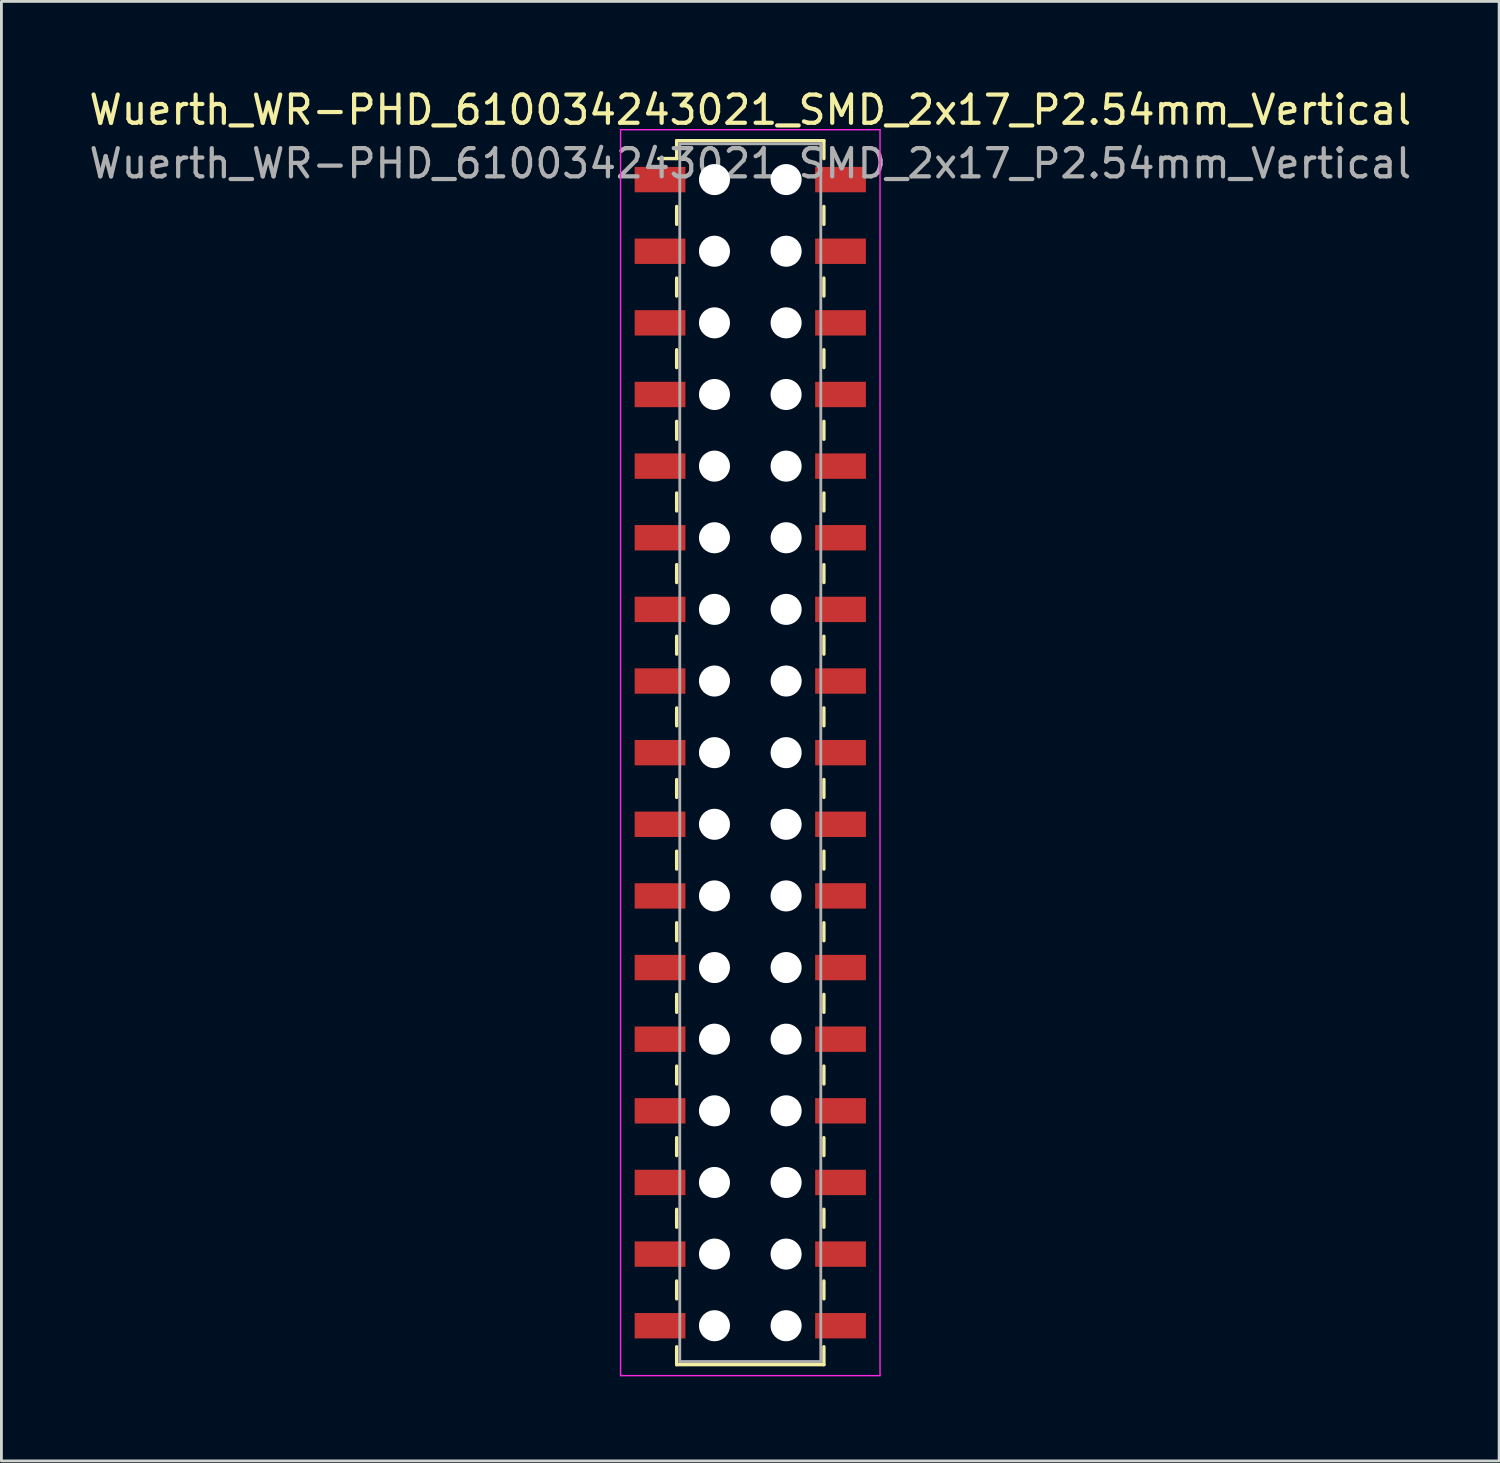
<source format=kicad_pcb>
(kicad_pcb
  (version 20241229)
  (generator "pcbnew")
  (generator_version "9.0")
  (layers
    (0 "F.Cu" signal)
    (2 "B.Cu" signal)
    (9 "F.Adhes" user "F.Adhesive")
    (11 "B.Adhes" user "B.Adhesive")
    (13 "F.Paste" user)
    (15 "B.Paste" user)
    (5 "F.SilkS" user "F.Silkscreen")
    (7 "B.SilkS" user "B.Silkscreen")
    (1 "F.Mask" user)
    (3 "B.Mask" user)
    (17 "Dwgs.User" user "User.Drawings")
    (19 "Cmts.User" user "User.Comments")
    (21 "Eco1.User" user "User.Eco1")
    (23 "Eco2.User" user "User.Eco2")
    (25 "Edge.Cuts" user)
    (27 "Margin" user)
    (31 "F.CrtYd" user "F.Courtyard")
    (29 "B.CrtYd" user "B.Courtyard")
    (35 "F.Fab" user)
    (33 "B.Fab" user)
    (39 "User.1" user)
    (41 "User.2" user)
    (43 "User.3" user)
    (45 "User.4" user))
  (footprint "Wuerth_WR-PHD_610034243021_SMD_2x17_P2.54mm_Vertical"
    (layer "F.Cu")
    (at 23.554 23.638)
    (property "Reference" "Wuerth_WR-PHD_610034243021_SMD_2x17_P2.54mm_Vertical" (at 0 -22.79 0) (layer "F.SilkS") (effects (font (size 1 1) (thickness 0.15))))
    (attr smd)
    (fp_line (start -2.61 -21.7) (end -2.61 -21.065) (stroke (width 0.12) (type solid)) (layer "F.SilkS"))
    (fp_line (start -2.61 -21.7) (end 2.61 -21.7) (stroke (width 0.12) (type solid)) (layer "F.SilkS"))
    (fp_line (start -2.61 -21.065) (end -3.245 -21.065) (stroke (width 0.12) (type solid)) (layer "F.SilkS"))
    (fp_line (start -2.61 -19.367) (end -2.61 -18.733) (stroke (width 0.12) (type solid)) (layer "F.SilkS"))
    (fp_line (start -2.61 -16.828) (end -2.61 -16.192) (stroke (width 0.12) (type solid)) (layer "F.SilkS"))
    (fp_line (start -2.61 -14.287) (end -2.61 -13.652) (stroke (width 0.12) (type solid)) (layer "F.SilkS"))
    (fp_line (start -2.61 -11.748) (end -2.61 -11.113) (stroke (width 0.12) (type solid)) (layer "F.SilkS"))
    (fp_line (start -2.61 -9.207) (end -2.61 -8.572) (stroke (width 0.12) (type solid)) (layer "F.SilkS"))
    (fp_line (start -2.61 -6.668) (end -2.61 -6.032) (stroke (width 0.12) (type solid)) (layer "F.SilkS"))
    (fp_line (start -2.61 -4.128) (end -2.61 -3.493) (stroke (width 0.12) (type solid)) (layer "F.SilkS"))
    (fp_line (start -2.61 -1.587) (end -2.61 -0.953) (stroke (width 0.12) (type solid)) (layer "F.SilkS"))
    (fp_line (start -2.61 0.953) (end -2.61 1.587) (stroke (width 0.12) (type solid)) (layer "F.SilkS"))
    (fp_line (start -2.61 3.493) (end -2.61 4.128) (stroke (width 0.12) (type solid)) (layer "F.SilkS"))
    (fp_line (start -2.61 6.032) (end -2.61 6.668) (stroke (width 0.12) (type solid)) (layer "F.SilkS"))
    (fp_line (start -2.61 8.572) (end -2.61 9.207) (stroke (width 0.12) (type solid)) (layer "F.SilkS"))
    (fp_line (start -2.61 11.113) (end -2.61 11.748) (stroke (width 0.12) (type solid)) (layer "F.SilkS"))
    (fp_line (start -2.61 13.652) (end -2.61 14.287) (stroke (width 0.12) (type solid)) (layer "F.SilkS"))
    (fp_line (start -2.61 16.192) (end -2.61 16.828) (stroke (width 0.12) (type solid)) (layer "F.SilkS"))
    (fp_line (start -2.61 18.733) (end -2.61 19.367) (stroke (width 0.12) (type solid)) (layer "F.SilkS"))
    (fp_line (start -2.61 21.7) (end -2.61 21.065) (stroke (width 0.12) (type solid)) (layer "F.SilkS"))
    (fp_line (start -2.61 21.7) (end 2.61 21.7) (stroke (width 0.12) (type solid)) (layer "F.SilkS"))
    (fp_line (start 2.61 -21.7) (end 2.61 -21.065) (stroke (width 0.12) (type solid)) (layer "F.SilkS"))
    (fp_line (start 2.61 -19.367) (end 2.61 -18.733) (stroke (width 0.12) (type solid)) (layer "F.SilkS"))
    (fp_line (start 2.61 -16.828) (end 2.61 -16.192) (stroke (width 0.12) (type solid)) (layer "F.SilkS"))
    (fp_line (start 2.61 -14.287) (end 2.61 -13.652) (stroke (width 0.12) (type solid)) (layer "F.SilkS"))
    (fp_line (start 2.61 -11.748) (end 2.61 -11.113) (stroke (width 0.12) (type solid)) (layer "F.SilkS"))
    (fp_line (start 2.61 -9.207) (end 2.61 -8.572) (stroke (width 0.12) (type solid)) (layer "F.SilkS"))
    (fp_line (start 2.61 -6.668) (end 2.61 -6.032) (stroke (width 0.12) (type solid)) (layer "F.SilkS"))
    (fp_line (start 2.61 -4.128) (end 2.61 -3.493) (stroke (width 0.12) (type solid)) (layer "F.SilkS"))
    (fp_line (start 2.61 -1.587) (end 2.61 -0.953) (stroke (width 0.12) (type solid)) (layer "F.SilkS"))
    (fp_line (start 2.61 0.953) (end 2.61 1.587) (stroke (width 0.12) (type solid)) (layer "F.SilkS"))
    (fp_line (start 2.61 3.493) (end 2.61 4.128) (stroke (width 0.12) (type solid)) (layer "F.SilkS"))
    (fp_line (start 2.61 6.032) (end 2.61 6.668) (stroke (width 0.12) (type solid)) (layer "F.SilkS"))
    (fp_line (start 2.61 8.572) (end 2.61 9.207) (stroke (width 0.12) (type solid)) (layer "F.SilkS"))
    (fp_line (start 2.61 11.113) (end 2.61 11.748) (stroke (width 0.12) (type solid)) (layer "F.SilkS"))
    (fp_line (start 2.61 13.652) (end 2.61 14.287) (stroke (width 0.12) (type solid)) (layer "F.SilkS"))
    (fp_line (start 2.61 16.192) (end 2.61 16.828) (stroke (width 0.12) (type solid)) (layer "F.SilkS"))
    (fp_line (start 2.61 18.733) (end 2.61 19.367) (stroke (width 0.12) (type solid)) (layer "F.SilkS"))
    (fp_line (start 2.61 21.7) (end 2.61 21.065) (stroke (width 0.12) (type solid)) (layer "F.SilkS"))
    (fp_line (start -4.6 -22.09) (end -4.6 22.09) (stroke (width 0.05) (type solid)) (layer "F.CrtYd"))
    (fp_line (start -4.6 22.09) (end 4.6 22.09) (stroke (width 0.05) (type solid)) (layer "F.CrtYd"))
    (fp_line (start 4.6 -22.09) (end -4.6 -22.09) (stroke (width 0.05) (type solid)) (layer "F.CrtYd"))
    (fp_line (start 4.6 22.09) (end 4.6 -22.09) (stroke (width 0.05) (type solid)) (layer "F.CrtYd"))
    (fp_line (start -2.5 -21.59) (end -2.5 21.59) (stroke (width 0.1) (type solid)) (layer "F.Fab"))
    (fp_line (start -2.5 21.59) (end 2.5 21.59) (stroke (width 0.1) (type solid)) (layer "F.Fab"))
    (fp_line (start 2.5 -21.59) (end -2.5 -21.59) (stroke (width 0.1) (type solid)) (layer "F.Fab"))
    (fp_line (start 2.5 21.59) (end 2.5 -21.59) (stroke (width 0.1) (type solid)) (layer "F.Fab"))
    (fp_text user "${REFERENCE}" (at 0 -20.89 0) (layer "F.Fab") (effects (font (size 1 1) (thickness 0.15))))
    (pad "" np_thru_hole circle (at -1.27 -20.32) (size 1.1 1.1) (drill 1.1) (layers "*.Cu" "*.Mask"))
    (pad "" np_thru_hole circle (at -1.27 -17.78) (size 1.1 1.1) (drill 1.1) (layers "*.Cu" "*.Mask"))
    (pad "" np_thru_hole circle (at -1.27 -15.24) (size 1.1 1.1) (drill 1.1) (layers "*.Cu" "*.Mask"))
    (pad "" np_thru_hole circle (at -1.27 -12.7) (size 1.1 1.1) (drill 1.1) (layers "*.Cu" "*.Mask"))
    (pad "" np_thru_hole circle (at -1.27 -10.16) (size 1.1 1.1) (drill 1.1) (layers "*.Cu" "*.Mask"))
    (pad "" np_thru_hole circle (at -1.27 -7.62) (size 1.1 1.1) (drill 1.1) (layers "*.Cu" "*.Mask"))
    (pad "" np_thru_hole circle (at -1.27 -5.08) (size 1.1 1.1) (drill 1.1) (layers "*.Cu" "*.Mask"))
    (pad "" np_thru_hole circle (at -1.27 -2.54) (size 1.1 1.1) (drill 1.1) (layers "*.Cu" "*.Mask"))
    (pad "" np_thru_hole circle (at -1.27 0) (size 1.1 1.1) (drill 1.1) (layers "*.Cu" "*.Mask"))
    (pad "" np_thru_hole circle (at -1.27 2.54) (size 1.1 1.1) (drill 1.1) (layers "*.Cu" "*.Mask"))
    (pad "" np_thru_hole circle (at -1.27 5.08) (size 1.1 1.1) (drill 1.1) (layers "*.Cu" "*.Mask"))
    (pad "" np_thru_hole circle (at -1.27 7.62) (size 1.1 1.1) (drill 1.1) (layers "*.Cu" "*.Mask"))
    (pad "" np_thru_hole circle (at -1.27 10.16) (size 1.1 1.1) (drill 1.1) (layers "*.Cu" "*.Mask"))
    (pad "" np_thru_hole circle (at -1.27 12.7) (size 1.1 1.1) (drill 1.1) (layers "*.Cu" "*.Mask"))
    (pad "" np_thru_hole circle (at -1.27 15.24) (size 1.1 1.1) (drill 1.1) (layers "*.Cu" "*.Mask"))
    (pad "" np_thru_hole circle (at -1.27 17.78) (size 1.1 1.1) (drill 1.1) (layers "*.Cu" "*.Mask"))
    (pad "" np_thru_hole circle (at -1.27 20.32) (size 1.1 1.1) (drill 1.1) (layers "*.Cu" "*.Mask"))
    (pad "" np_thru_hole circle (at 1.27 -20.32) (size 1.1 1.1) (drill 1.1) (layers "*.Cu" "*.Mask"))
    (pad "" np_thru_hole circle (at 1.27 -17.78) (size 1.1 1.1) (drill 1.1) (layers "*.Cu" "*.Mask"))
    (pad "" np_thru_hole circle (at 1.27 -15.24) (size 1.1 1.1) (drill 1.1) (layers "*.Cu" "*.Mask"))
    (pad "" np_thru_hole circle (at 1.27 -12.7) (size 1.1 1.1) (drill 1.1) (layers "*.Cu" "*.Mask"))
    (pad "" np_thru_hole circle (at 1.27 -10.16) (size 1.1 1.1) (drill 1.1) (layers "*.Cu" "*.Mask"))
    (pad "" np_thru_hole circle (at 1.27 -7.62) (size 1.1 1.1) (drill 1.1) (layers "*.Cu" "*.Mask"))
    (pad "" np_thru_hole circle (at 1.27 -5.08) (size 1.1 1.1) (drill 1.1) (layers "*.Cu" "*.Mask"))
    (pad "" np_thru_hole circle (at 1.27 -2.54) (size 1.1 1.1) (drill 1.1) (layers "*.Cu" "*.Mask"))
    (pad "" np_thru_hole circle (at 1.27 0) (size 1.1 1.1) (drill 1.1) (layers "*.Cu" "*.Mask"))
    (pad "" np_thru_hole circle (at 1.27 2.54) (size 1.1 1.1) (drill 1.1) (layers "*.Cu" "*.Mask"))
    (pad "" np_thru_hole circle (at 1.27 5.08) (size 1.1 1.1) (drill 1.1) (layers "*.Cu" "*.Mask"))
    (pad "" np_thru_hole circle (at 1.27 7.62) (size 1.1 1.1) (drill 1.1) (layers "*.Cu" "*.Mask"))
    (pad "" np_thru_hole circle (at 1.27 10.16) (size 1.1 1.1) (drill 1.1) (layers "*.Cu" "*.Mask"))
    (pad "" np_thru_hole circle (at 1.27 12.7) (size 1.1 1.1) (drill 1.1) (layers "*.Cu" "*.Mask"))
    (pad "" np_thru_hole circle (at 1.27 15.24) (size 1.1 1.1) (drill 1.1) (layers "*.Cu" "*.Mask"))
    (pad "" np_thru_hole circle (at 1.27 17.78) (size 1.1 1.1) (drill 1.1) (layers "*.Cu" "*.Mask"))
    (pad "" np_thru_hole circle (at 1.27 20.32) (size 1.1 1.1) (drill 1.1) (layers "*.Cu" "*.Mask"))
    (pad "1" smd rect (at -3.2 -20.32) (size 1.8 0.9) (layers "F.Cu" "F.Mask" "F.Paste"))
    (pad "2" smd rect (at 3.2 -20.32) (size 1.8 0.9) (layers "F.Cu" "F.Mask" "F.Paste"))
    (pad "3" smd rect (at -3.2 -17.78) (size 1.8 0.9) (layers "F.Cu" "F.Mask" "F.Paste"))
    (pad "4" smd rect (at 3.2 -17.78) (size 1.8 0.9) (layers "F.Cu" "F.Mask" "F.Paste"))
    (pad "5" smd rect (at -3.2 -15.24) (size 1.8 0.9) (layers "F.Cu" "F.Mask" "F.Paste"))
    (pad "6" smd rect (at 3.2 -15.24) (size 1.8 0.9) (layers "F.Cu" "F.Mask" "F.Paste"))
    (pad "7" smd rect (at -3.2 -12.7) (size 1.8 0.9) (layers "F.Cu" "F.Mask" "F.Paste"))
    (pad "8" smd rect (at 3.2 -12.7) (size 1.8 0.9) (layers "F.Cu" "F.Mask" "F.Paste"))
    (pad "9" smd rect (at -3.2 -10.16) (size 1.8 0.9) (layers "F.Cu" "F.Mask" "F.Paste"))
    (pad "10" smd rect (at 3.2 -10.16) (size 1.8 0.9) (layers "F.Cu" "F.Mask" "F.Paste"))
    (pad "11" smd rect (at -3.2 -7.62) (size 1.8 0.9) (layers "F.Cu" "F.Mask" "F.Paste"))
    (pad "12" smd rect (at 3.2 -7.62) (size 1.8 0.9) (layers "F.Cu" "F.Mask" "F.Paste"))
    (pad "13" smd rect (at -3.2 -5.08) (size 1.8 0.9) (layers "F.Cu" "F.Mask" "F.Paste"))
    (pad "14" smd rect (at 3.2 -5.08) (size 1.8 0.9) (layers "F.Cu" "F.Mask" "F.Paste"))
    (pad "15" smd rect (at -3.2 -2.54) (size 1.8 0.9) (layers "F.Cu" "F.Mask" "F.Paste"))
    (pad "16" smd rect (at 3.2 -2.54) (size 1.8 0.9) (layers "F.Cu" "F.Mask" "F.Paste"))
    (pad "17" smd rect (at -3.2 0) (size 1.8 0.9) (layers "F.Cu" "F.Mask" "F.Paste"))
    (pad "18" smd rect (at 3.2 0) (size 1.8 0.9) (layers "F.Cu" "F.Mask" "F.Paste"))
    (pad "19" smd rect (at -3.2 2.54) (size 1.8 0.9) (layers "F.Cu" "F.Mask" "F.Paste"))
    (pad "20" smd rect (at 3.2 2.54) (size 1.8 0.9) (layers "F.Cu" "F.Mask" "F.Paste"))
    (pad "21" smd rect (at -3.2 5.08) (size 1.8 0.9) (layers "F.Cu" "F.Mask" "F.Paste"))
    (pad "22" smd rect (at 3.2 5.08) (size 1.8 0.9) (layers "F.Cu" "F.Mask" "F.Paste"))
    (pad "23" smd rect (at -3.2 7.62) (size 1.8 0.9) (layers "F.Cu" "F.Mask" "F.Paste"))
    (pad "24" smd rect (at 3.2 7.62) (size 1.8 0.9) (layers "F.Cu" "F.Mask" "F.Paste"))
    (pad "25" smd rect (at -3.2 10.16) (size 1.8 0.9) (layers "F.Cu" "F.Mask" "F.Paste"))
    (pad "26" smd rect (at 3.2 10.16) (size 1.8 0.9) (layers "F.Cu" "F.Mask" "F.Paste"))
    (pad "27" smd rect (at -3.2 12.7) (size 1.8 0.9) (layers "F.Cu" "F.Mask" "F.Paste"))
    (pad "28" smd rect (at 3.2 12.7) (size 1.8 0.9) (layers "F.Cu" "F.Mask" "F.Paste"))
    (pad "29" smd rect (at -3.2 15.24) (size 1.8 0.9) (layers "F.Cu" "F.Mask" "F.Paste"))
    (pad "30" smd rect (at 3.2 15.24) (size 1.8 0.9) (layers "F.Cu" "F.Mask" "F.Paste"))
    (pad "31" smd rect (at -3.2 17.78) (size 1.8 0.9) (layers "F.Cu" "F.Mask" "F.Paste"))
    (pad "32" smd rect (at 3.2 17.78) (size 1.8 0.9) (layers "F.Cu" "F.Mask" "F.Paste"))
    (pad "33" smd rect (at -3.2 20.32) (size 1.8 0.9) (layers "F.Cu" "F.Mask" "F.Paste"))
    (pad "34" smd rect (at 3.2 20.32) (size 1.8 0.9) (layers "F.Cu" "F.Mask" "F.Paste")))
  (gr_rect
    (start -3 -3)
    (end 50.107 48.753)
    (stroke (width 0.1) (type default))
    (fill no)
    (layer "Edge.Cuts")))
</source>
